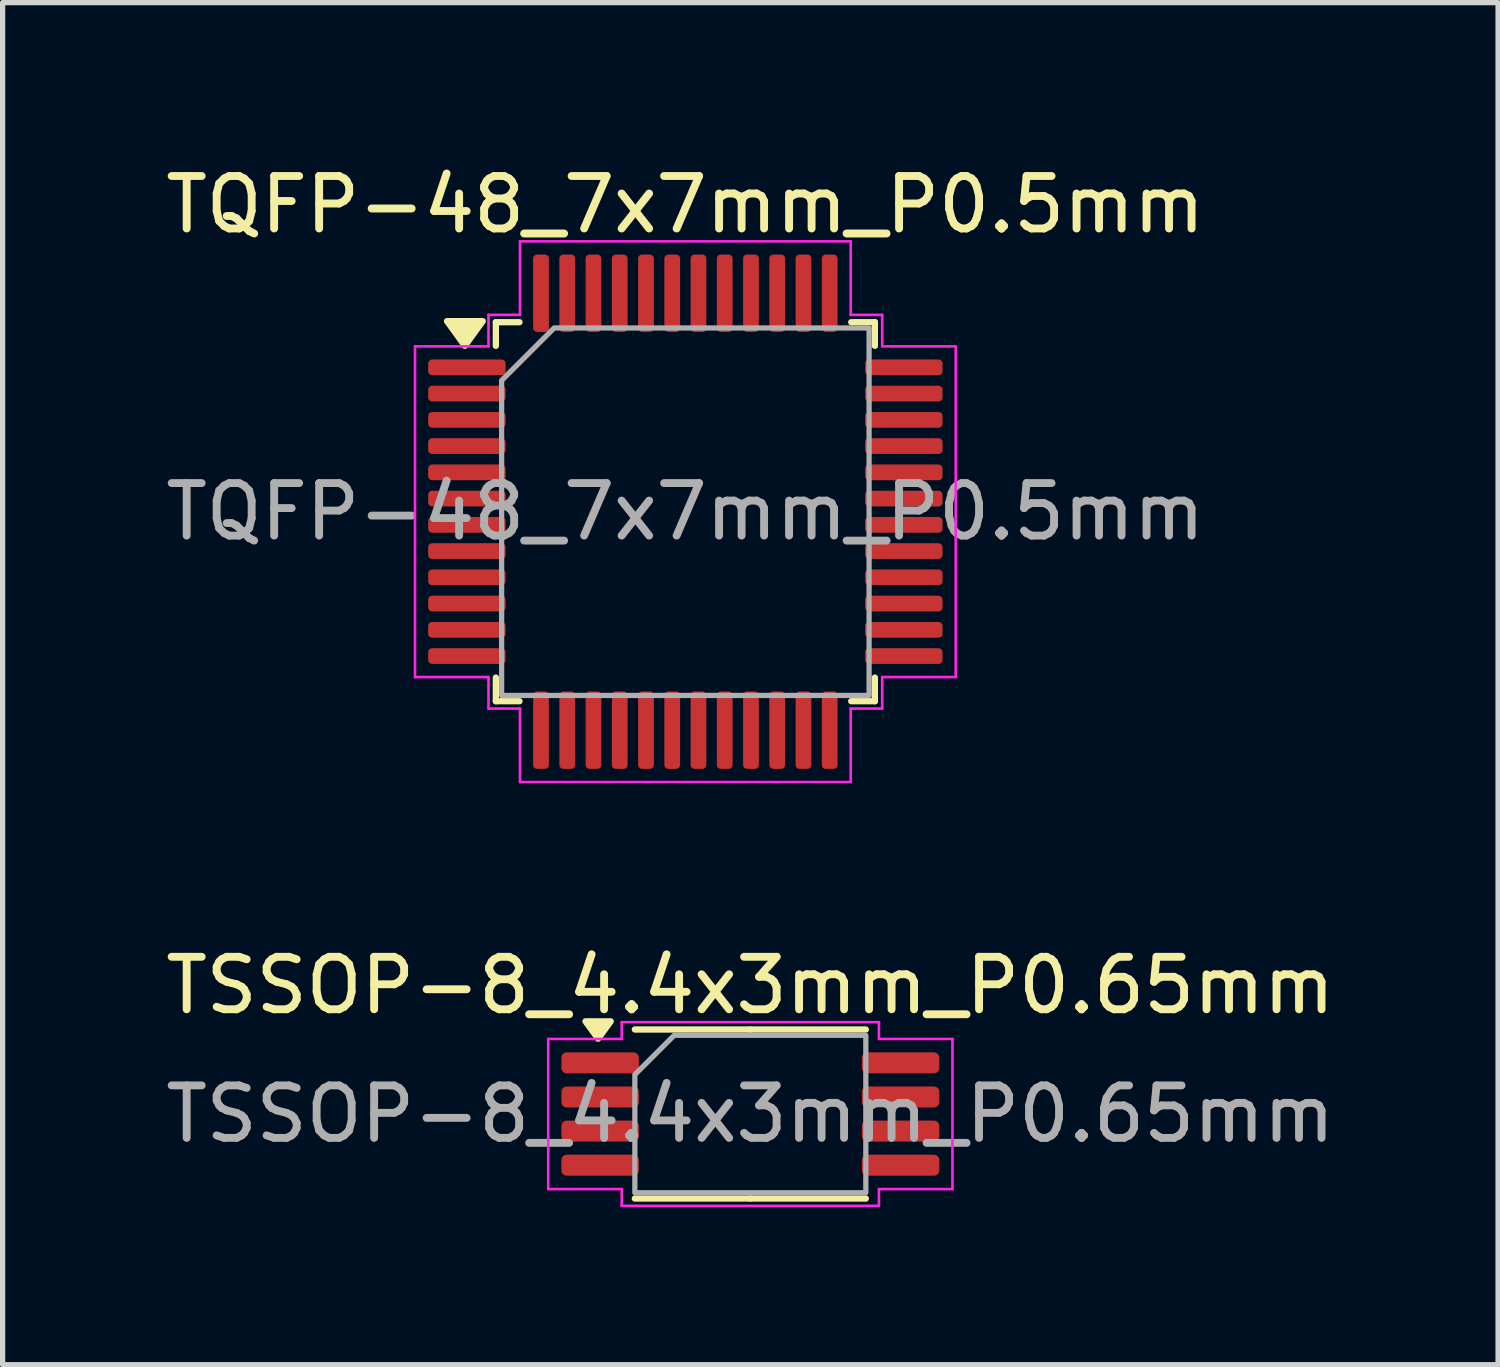
<source format=kicad_pcb>
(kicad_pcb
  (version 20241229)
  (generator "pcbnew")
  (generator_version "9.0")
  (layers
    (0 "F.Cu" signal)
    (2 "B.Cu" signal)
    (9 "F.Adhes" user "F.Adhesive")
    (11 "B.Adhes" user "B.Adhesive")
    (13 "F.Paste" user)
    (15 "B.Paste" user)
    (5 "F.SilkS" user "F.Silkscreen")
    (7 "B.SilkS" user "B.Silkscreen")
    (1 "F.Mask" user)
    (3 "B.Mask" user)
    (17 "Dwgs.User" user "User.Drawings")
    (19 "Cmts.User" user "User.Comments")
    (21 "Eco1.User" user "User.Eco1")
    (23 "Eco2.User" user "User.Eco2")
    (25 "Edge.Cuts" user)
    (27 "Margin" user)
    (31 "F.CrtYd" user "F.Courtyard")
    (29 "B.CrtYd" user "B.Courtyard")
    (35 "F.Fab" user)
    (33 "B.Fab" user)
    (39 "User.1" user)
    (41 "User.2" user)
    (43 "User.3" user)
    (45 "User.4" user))
  (footprint "TSSOP-8_4.4x3mm_P0.65mm"
    (layer "F.Cu")
    (at 11.244 18.172)
    (property "Reference" "TSSOP-8_4.4x3mm_P0.65mm" (at 0 -2.45 0) (layer "F.SilkS") (effects (font (size 1 1) (thickness 0.15))))
    (attr smd)
    (fp_line (start 0 -1.61) (end -2.2 -1.61) (stroke (width 0.12) (type solid)) (layer "F.SilkS"))
    (fp_line (start 0 -1.61) (end 2.2 -1.61) (stroke (width 0.12) (type solid)) (layer "F.SilkS"))
    (fp_line (start 0 1.61) (end -2.2 1.61) (stroke (width 0.12) (type solid)) (layer "F.SilkS"))
    (fp_line (start 0 1.61) (end 2.2 1.61) (stroke (width 0.12) (type solid)) (layer "F.SilkS"))
    (fp_poly (pts (xy -2.9 -1.435) (xy -3.14 -1.765) (xy -2.66 -1.765)) (stroke (width 0.12) (type solid)) (fill yes) (layer "F.SilkS"))
    (fp_line (start -3.85 -1.43) (end -2.45 -1.43) (stroke (width 0.05) (type solid)) (layer "F.CrtYd"))
    (fp_line (start -3.85 1.43) (end -3.85 -1.43) (stroke (width 0.05) (type solid)) (layer "F.CrtYd"))
    (fp_line (start -2.45 -1.75) (end 2.45 -1.75) (stroke (width 0.05) (type solid)) (layer "F.CrtYd"))
    (fp_line (start -2.45 -1.43) (end -2.45 -1.75) (stroke (width 0.05) (type solid)) (layer "F.CrtYd"))
    (fp_line (start -2.45 1.43) (end -3.85 1.43) (stroke (width 0.05) (type solid)) (layer "F.CrtYd"))
    (fp_line (start -2.45 1.75) (end -2.45 1.43) (stroke (width 0.05) (type solid)) (layer "F.CrtYd"))
    (fp_line (start 2.45 -1.75) (end 2.45 -1.43) (stroke (width 0.05) (type solid)) (layer "F.CrtYd"))
    (fp_line (start 2.45 -1.43) (end 3.85 -1.43) (stroke (width 0.05) (type solid)) (layer "F.CrtYd"))
    (fp_line (start 2.45 1.43) (end 2.45 1.75) (stroke (width 0.05) (type solid)) (layer "F.CrtYd"))
    (fp_line (start 2.45 1.75) (end -2.45 1.75) (stroke (width 0.05) (type solid)) (layer "F.CrtYd"))
    (fp_line (start 3.85 -1.43) (end 3.85 1.43) (stroke (width 0.05) (type solid)) (layer "F.CrtYd"))
    (fp_line (start 3.85 1.43) (end 2.45 1.43) (stroke (width 0.05) (type solid)) (layer "F.CrtYd"))
    (fp_poly (pts (xy -2.2 -0.75) (xy -2.2 1.5) (xy 2.2 1.5) (xy 2.2 -1.5) (xy -1.45 -1.5)) (stroke (width 0.1) (type solid)) (fill no) (layer "F.Fab"))
    (fp_text user "${REFERENCE}" (at 0 0 0) (layer "F.Fab") (effects (font (size 1 1) (thickness 0.15))))
    (pad "1" smd roundrect (at -2.862 -0.975) (size 1.475 0.4) (layers "F.Cu" "F.Mask" "F.Paste") (roundrect_rratio 0.25))
    (pad "2" smd roundrect (at -2.862 -0.325) (size 1.475 0.4) (layers "F.Cu" "F.Mask" "F.Paste") (roundrect_rratio 0.25))
    (pad "3" smd roundrect (at -2.862 0.325) (size 1.475 0.4) (layers "F.Cu" "F.Mask" "F.Paste") (roundrect_rratio 0.25))
    (pad "4" smd roundrect (at -2.862 0.975) (size 1.475 0.4) (layers "F.Cu" "F.Mask" "F.Paste") (roundrect_rratio 0.25))
    (pad "5" smd roundrect (at 2.862 0.975) (size 1.475 0.4) (layers "F.Cu" "F.Mask" "F.Paste") (roundrect_rratio 0.25))
    (pad "6" smd roundrect (at 2.862 0.325) (size 1.475 0.4) (layers "F.Cu" "F.Mask" "F.Paste") (roundrect_rratio 0.25))
    (pad "7" smd roundrect (at 2.862 -0.325) (size 1.475 0.4) (layers "F.Cu" "F.Mask" "F.Paste") (roundrect_rratio 0.25))
    (pad "8" smd roundrect (at 2.862 -0.975) (size 1.475 0.4) (layers "F.Cu" "F.Mask" "F.Paste") (roundrect_rratio 0.25)))
  (footprint "TQFP-48_7x7mm_P0.5mm"
    (layer "F.Cu")
    (at 10.006 6.698)
    (property "Reference" "TQFP-48_7x7mm_P0.5mm" (at 0 -5.85 0) (layer "F.SilkS") (effects (font (size 1 1) (thickness 0.15))))
    (attr smd)
    (fp_line (start -3.61 -3.61) (end -3.61 -3.16) (stroke (width 0.12) (type solid)) (layer "F.SilkS"))
    (fp_line (start -3.61 3.61) (end -3.61 3.16) (stroke (width 0.12) (type solid)) (layer "F.SilkS"))
    (fp_line (start -3.16 -3.61) (end -3.61 -3.61) (stroke (width 0.12) (type solid)) (layer "F.SilkS"))
    (fp_line (start -3.16 3.61) (end -3.61 3.61) (stroke (width 0.12) (type solid)) (layer "F.SilkS"))
    (fp_line (start 3.16 -3.61) (end 3.61 -3.61) (stroke (width 0.12) (type solid)) (layer "F.SilkS"))
    (fp_line (start 3.16 3.61) (end 3.61 3.61) (stroke (width 0.12) (type solid)) (layer "F.SilkS"))
    (fp_line (start 3.61 -3.61) (end 3.61 -3.16) (stroke (width 0.12) (type solid)) (layer "F.SilkS"))
    (fp_line (start 3.61 3.61) (end 3.61 3.16) (stroke (width 0.12) (type solid)) (layer "F.SilkS"))
    (fp_poly (pts (xy -4.2 -3.16) (xy -4.54 -3.63) (xy -3.86 -3.63)) (stroke (width 0.12) (type solid)) (fill yes) (layer "F.SilkS"))
    (fp_line (start -5.15 -3.15) (end -3.75 -3.15) (stroke (width 0.05) (type solid)) (layer "F.CrtYd"))
    (fp_line (start -5.15 3.15) (end -5.15 -3.15) (stroke (width 0.05) (type solid)) (layer "F.CrtYd"))
    (fp_line (start -3.75 -3.75) (end -3.15 -3.75) (stroke (width 0.05) (type solid)) (layer "F.CrtYd"))
    (fp_line (start -3.75 -3.15) (end -3.75 -3.75) (stroke (width 0.05) (type solid)) (layer "F.CrtYd"))
    (fp_line (start -3.75 3.15) (end -5.15 3.15) (stroke (width 0.05) (type solid)) (layer "F.CrtYd"))
    (fp_line (start -3.75 3.75) (end -3.75 3.15) (stroke (width 0.05) (type solid)) (layer "F.CrtYd"))
    (fp_line (start -3.15 -5.15) (end 3.15 -5.15) (stroke (width 0.05) (type solid)) (layer "F.CrtYd"))
    (fp_line (start -3.15 -3.75) (end -3.15 -5.15) (stroke (width 0.05) (type solid)) (layer "F.CrtYd"))
    (fp_line (start -3.15 3.75) (end -3.75 3.75) (stroke (width 0.05) (type solid)) (layer "F.CrtYd"))
    (fp_line (start -3.15 5.15) (end -3.15 3.75) (stroke (width 0.05) (type solid)) (layer "F.CrtYd"))
    (fp_line (start 3.15 -5.15) (end 3.15 -3.75) (stroke (width 0.05) (type solid)) (layer "F.CrtYd"))
    (fp_line (start 3.15 -3.75) (end 3.75 -3.75) (stroke (width 0.05) (type solid)) (layer "F.CrtYd"))
    (fp_line (start 3.15 3.75) (end 3.15 5.15) (stroke (width 0.05) (type solid)) (layer "F.CrtYd"))
    (fp_line (start 3.15 5.15) (end -3.15 5.15) (stroke (width 0.05) (type solid)) (layer "F.CrtYd"))
    (fp_line (start 3.75 -3.75) (end 3.75 -3.15) (stroke (width 0.05) (type solid)) (layer "F.CrtYd"))
    (fp_line (start 3.75 -3.15) (end 5.15 -3.15) (stroke (width 0.05) (type solid)) (layer "F.CrtYd"))
    (fp_line (start 3.75 3.15) (end 3.75 3.75) (stroke (width 0.05) (type solid)) (layer "F.CrtYd"))
    (fp_line (start 3.75 3.75) (end 3.15 3.75) (stroke (width 0.05) (type solid)) (layer "F.CrtYd"))
    (fp_line (start 5.15 -3.15) (end 5.15 3.15) (stroke (width 0.05) (type solid)) (layer "F.CrtYd"))
    (fp_line (start 5.15 3.15) (end 3.75 3.15) (stroke (width 0.05) (type solid)) (layer "F.CrtYd"))
    (fp_poly (pts (xy -3.5 -2.5) (xy -3.5 3.5) (xy 3.5 3.5) (xy 3.5 -3.5) (xy -2.5 -3.5)) (stroke (width 0.1) (type solid)) (fill no) (layer "F.Fab"))
    (fp_text user "${REFERENCE}" (at 0 0 0) (layer "F.Fab") (effects (font (size 1 1) (thickness 0.15))))
    (pad "1" smd roundrect (at -4.162 -2.75) (size 1.475 0.3) (layers "F.Cu" "F.Mask" "F.Paste") (roundrect_rratio 0.25))
    (pad "2" smd roundrect (at -4.162 -2.25) (size 1.475 0.3) (layers "F.Cu" "F.Mask" "F.Paste") (roundrect_rratio 0.25))
    (pad "3" smd roundrect (at -4.162 -1.75) (size 1.475 0.3) (layers "F.Cu" "F.Mask" "F.Paste") (roundrect_rratio 0.25))
    (pad "4" smd roundrect (at -4.162 -1.25) (size 1.475 0.3) (layers "F.Cu" "F.Mask" "F.Paste") (roundrect_rratio 0.25))
    (pad "5" smd roundrect (at -4.162 -0.75) (size 1.475 0.3) (layers "F.Cu" "F.Mask" "F.Paste") (roundrect_rratio 0.25))
    (pad "6" smd roundrect (at -4.162 -0.25) (size 1.475 0.3) (layers "F.Cu" "F.Mask" "F.Paste") (roundrect_rratio 0.25))
    (pad "7" smd roundrect (at -4.162 0.25) (size 1.475 0.3) (layers "F.Cu" "F.Mask" "F.Paste") (roundrect_rratio 0.25))
    (pad "8" smd roundrect (at -4.162 0.75) (size 1.475 0.3) (layers "F.Cu" "F.Mask" "F.Paste") (roundrect_rratio 0.25))
    (pad "9" smd roundrect (at -4.162 1.25) (size 1.475 0.3) (layers "F.Cu" "F.Mask" "F.Paste") (roundrect_rratio 0.25))
    (pad "10" smd roundrect (at -4.162 1.75) (size 1.475 0.3) (layers "F.Cu" "F.Mask" "F.Paste") (roundrect_rratio 0.25))
    (pad "11" smd roundrect (at -4.162 2.25) (size 1.475 0.3) (layers "F.Cu" "F.Mask" "F.Paste") (roundrect_rratio 0.25))
    (pad "12" smd roundrect (at -4.162 2.75) (size 1.475 0.3) (layers "F.Cu" "F.Mask" "F.Paste") (roundrect_rratio 0.25))
    (pad "13" smd roundrect (at -2.75 4.162) (size 0.3 1.475) (layers "F.Cu" "F.Mask" "F.Paste") (roundrect_rratio 0.25))
    (pad "14" smd roundrect (at -2.25 4.162) (size 0.3 1.475) (layers "F.Cu" "F.Mask" "F.Paste") (roundrect_rratio 0.25))
    (pad "15" smd roundrect (at -1.75 4.162) (size 0.3 1.475) (layers "F.Cu" "F.Mask" "F.Paste") (roundrect_rratio 0.25))
    (pad "16" smd roundrect (at -1.25 4.162) (size 0.3 1.475) (layers "F.Cu" "F.Mask" "F.Paste") (roundrect_rratio 0.25))
    (pad "17" smd roundrect (at -0.75 4.162) (size 0.3 1.475) (layers "F.Cu" "F.Mask" "F.Paste") (roundrect_rratio 0.25))
    (pad "18" smd roundrect (at -0.25 4.162) (size 0.3 1.475) (layers "F.Cu" "F.Mask" "F.Paste") (roundrect_rratio 0.25))
    (pad "19" smd roundrect (at 0.25 4.162) (size 0.3 1.475) (layers "F.Cu" "F.Mask" "F.Paste") (roundrect_rratio 0.25))
    (pad "20" smd roundrect (at 0.75 4.162) (size 0.3 1.475) (layers "F.Cu" "F.Mask" "F.Paste") (roundrect_rratio 0.25))
    (pad "21" smd roundrect (at 1.25 4.162) (size 0.3 1.475) (layers "F.Cu" "F.Mask" "F.Paste") (roundrect_rratio 0.25))
    (pad "22" smd roundrect (at 1.75 4.162) (size 0.3 1.475) (layers "F.Cu" "F.Mask" "F.Paste") (roundrect_rratio 0.25))
    (pad "23" smd roundrect (at 2.25 4.162) (size 0.3 1.475) (layers "F.Cu" "F.Mask" "F.Paste") (roundrect_rratio 0.25))
    (pad "24" smd roundrect (at 2.75 4.162) (size 0.3 1.475) (layers "F.Cu" "F.Mask" "F.Paste") (roundrect_rratio 0.25))
    (pad "25" smd roundrect (at 4.162 2.75) (size 1.475 0.3) (layers "F.Cu" "F.Mask" "F.Paste") (roundrect_rratio 0.25))
    (pad "26" smd roundrect (at 4.162 2.25) (size 1.475 0.3) (layers "F.Cu" "F.Mask" "F.Paste") (roundrect_rratio 0.25))
    (pad "27" smd roundrect (at 4.162 1.75) (size 1.475 0.3) (layers "F.Cu" "F.Mask" "F.Paste") (roundrect_rratio 0.25))
    (pad "28" smd roundrect (at 4.162 1.25) (size 1.475 0.3) (layers "F.Cu" "F.Mask" "F.Paste") (roundrect_rratio 0.25))
    (pad "29" smd roundrect (at 4.162 0.75) (size 1.475 0.3) (layers "F.Cu" "F.Mask" "F.Paste") (roundrect_rratio 0.25))
    (pad "30" smd roundrect (at 4.162 0.25) (size 1.475 0.3) (layers "F.Cu" "F.Mask" "F.Paste") (roundrect_rratio 0.25))
    (pad "31" smd roundrect (at 4.162 -0.25) (size 1.475 0.3) (layers "F.Cu" "F.Mask" "F.Paste") (roundrect_rratio 0.25))
    (pad "32" smd roundrect (at 4.162 -0.75) (size 1.475 0.3) (layers "F.Cu" "F.Mask" "F.Paste") (roundrect_rratio 0.25))
    (pad "33" smd roundrect (at 4.162 -1.25) (size 1.475 0.3) (layers "F.Cu" "F.Mask" "F.Paste") (roundrect_rratio 0.25))
    (pad "34" smd roundrect (at 4.162 -1.75) (size 1.475 0.3) (layers "F.Cu" "F.Mask" "F.Paste") (roundrect_rratio 0.25))
    (pad "35" smd roundrect (at 4.162 -2.25) (size 1.475 0.3) (layers "F.Cu" "F.Mask" "F.Paste") (roundrect_rratio 0.25))
    (pad "36" smd roundrect (at 4.162 -2.75) (size 1.475 0.3) (layers "F.Cu" "F.Mask" "F.Paste") (roundrect_rratio 0.25))
    (pad "37" smd roundrect (at 2.75 -4.162) (size 0.3 1.475) (layers "F.Cu" "F.Mask" "F.Paste") (roundrect_rratio 0.25))
    (pad "38" smd roundrect (at 2.25 -4.162) (size 0.3 1.475) (layers "F.Cu" "F.Mask" "F.Paste") (roundrect_rratio 0.25))
    (pad "39" smd roundrect (at 1.75 -4.162) (size 0.3 1.475) (layers "F.Cu" "F.Mask" "F.Paste") (roundrect_rratio 0.25))
    (pad "40" smd roundrect (at 1.25 -4.162) (size 0.3 1.475) (layers "F.Cu" "F.Mask" "F.Paste") (roundrect_rratio 0.25))
    (pad "41" smd roundrect (at 0.75 -4.162) (size 0.3 1.475) (layers "F.Cu" "F.Mask" "F.Paste") (roundrect_rratio 0.25))
    (pad "42" smd roundrect (at 0.25 -4.162) (size 0.3 1.475) (layers "F.Cu" "F.Mask" "F.Paste") (roundrect_rratio 0.25))
    (pad "43" smd roundrect (at -0.25 -4.162) (size 0.3 1.475) (layers "F.Cu" "F.Mask" "F.Paste") (roundrect_rratio 0.25))
    (pad "44" smd roundrect (at -0.75 -4.162) (size 0.3 1.475) (layers "F.Cu" "F.Mask" "F.Paste") (roundrect_rratio 0.25))
    (pad "45" smd roundrect (at -1.25 -4.162) (size 0.3 1.475) (layers "F.Cu" "F.Mask" "F.Paste") (roundrect_rratio 0.25))
    (pad "46" smd roundrect (at -1.75 -4.162) (size 0.3 1.475) (layers "F.Cu" "F.Mask" "F.Paste") (roundrect_rratio 0.25))
    (pad "47" smd roundrect (at -2.25 -4.162) (size 0.3 1.475) (layers "F.Cu" "F.Mask" "F.Paste") (roundrect_rratio 0.25))
    (pad "48" smd roundrect (at -2.75 -4.162) (size 0.3 1.475) (layers "F.Cu" "F.Mask" "F.Paste") (roundrect_rratio 0.25)))
  (gr_rect
    (start -3 -3)
    (end 25.488 22.947)
    (stroke (width 0.1) (type default))
    (fill no)
    (layer "Edge.Cuts")))
</source>
